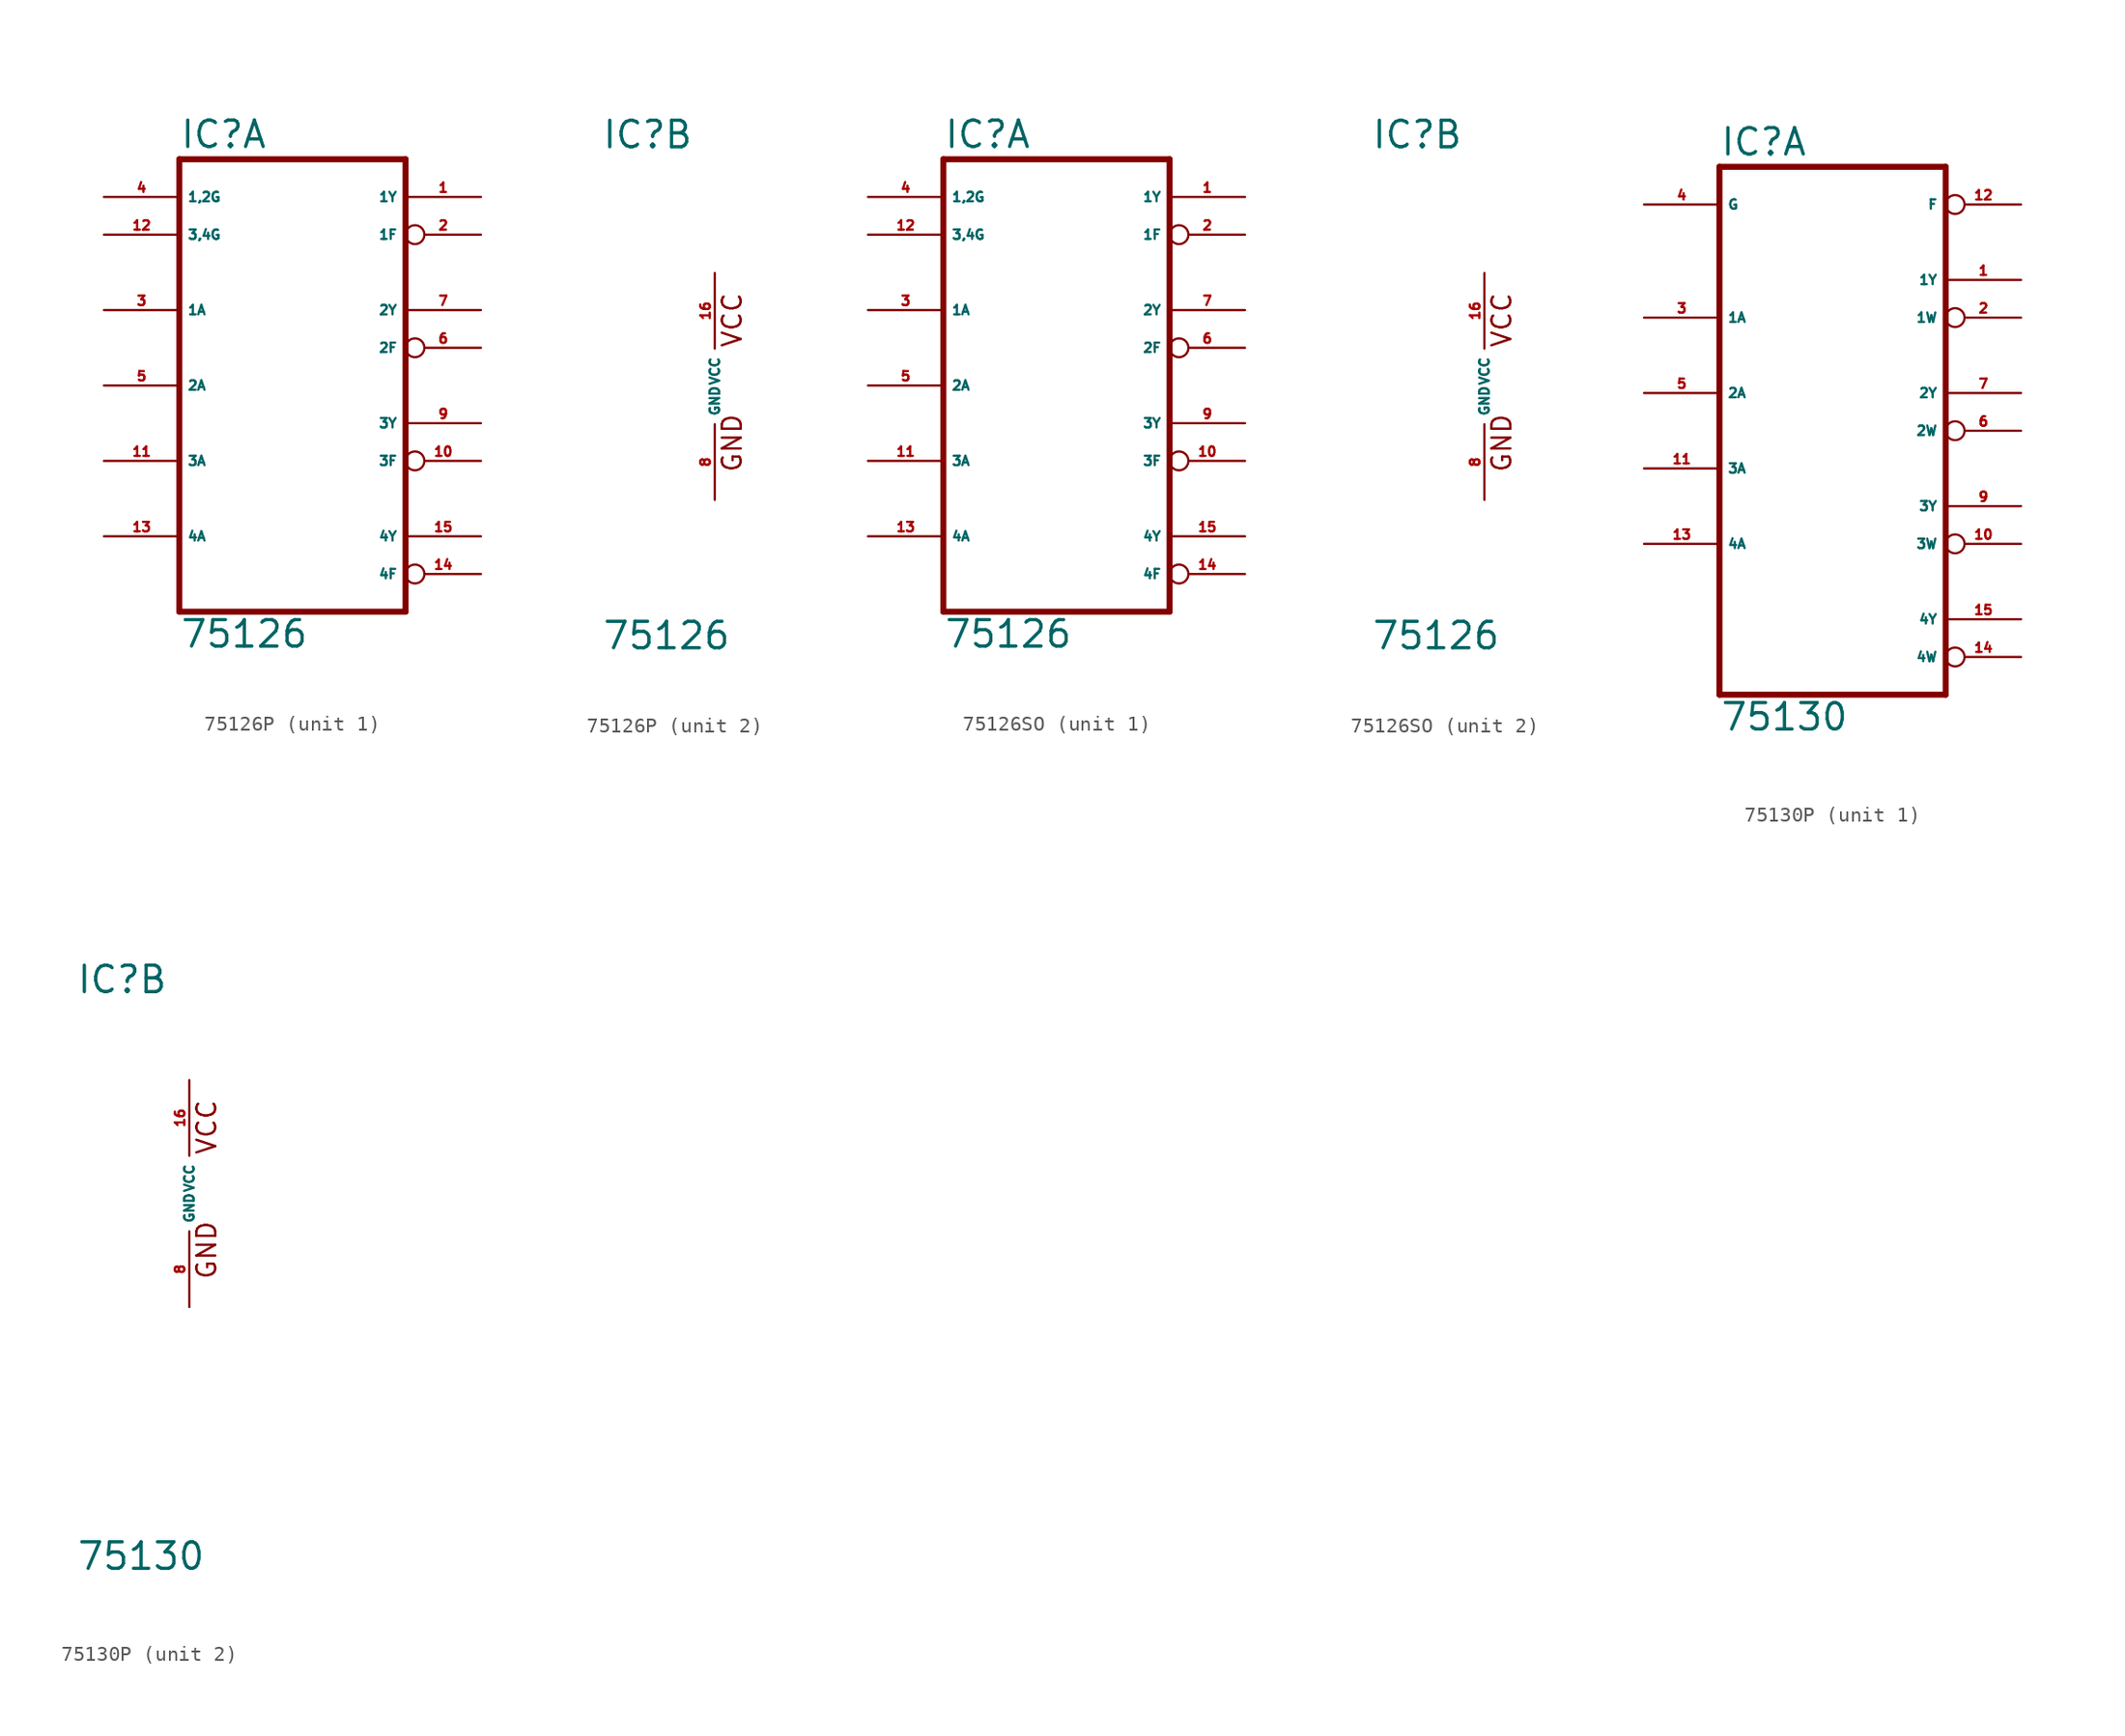
<source format=kicad_sym>
(kicad_symbol_lib
  (version 20220914)
  (generator Eagle2Kicad)
  (symbol "75126P"
    (property "Reference" "IC"
      (at -7.62 15.875 0)
      (effects (font (size 1.778 1.778) (thickness 0.22)) (justify left bottom)))
    (property "Value" "75126"
      (at -7.62 -17.78 0)
      (effects (font (size 1.778 1.778) (thickness 0.22)) (justify left bottom)))
    (symbol "75126P_1_0"
      (polyline (pts (xy -7.62 -15.24) (xy 7.62 -15.24)) (stroke (width 0.406) (type default)) (fill (type none)))
      (polyline (pts (xy 7.62 15.24) (xy 7.62 -15.24)) (stroke (width 0.406) (type default)) (fill (type none)))
      (polyline (pts (xy 7.62 15.24) (xy -7.62 15.24)) (stroke (width 0.406) (type default)) (fill (type none)))
      (polyline (pts (xy -7.62 -15.24) (xy -7.62 15.24)) (stroke (width 0.406) (type default)) (fill (type none)))
      (pin input line (at -12.7 12.7 0) (length 5.08) (name "1,2G" (effects (font (size 0.635 0.635) (thickness 0.08)) (justify left bottom))) (number "4" (effects (font (size 0.635 0.635) (thickness 0.08)) (justify left bottom))))
      (pin input line (at -12.7 10.16 0) (length 5.08) (name "3,4G" (effects (font (size 0.635 0.635) (thickness 0.08)) (justify left bottom))) (number "12" (effects (font (size 0.635 0.635) (thickness 0.08)) (justify left bottom))))
      (pin input line (at -12.7 5.08 0) (length 5.08) (name "1A" (effects (font (size 0.635 0.635) (thickness 0.08)) (justify left bottom))) (number "3" (effects (font (size 0.635 0.635) (thickness 0.08)) (justify left bottom))))
      (pin input line (at -12.7 0 0) (length 5.08) (name "2A" (effects (font (size 0.635 0.635) (thickness 0.08)) (justify left bottom))) (number "5" (effects (font (size 0.635 0.635) (thickness 0.08)) (justify left bottom))))
      (pin input line (at -12.7 -5.08 0) (length 5.08) (name "3A" (effects (font (size 0.635 0.635) (thickness 0.08)) (justify left bottom))) (number "11" (effects (font (size 0.635 0.635) (thickness 0.08)) (justify left bottom))))
      (pin input line (at -12.7 -10.16 0) (length 5.08) (name "4A" (effects (font (size 0.635 0.635) (thickness 0.08)) (justify left bottom))) (number "13" (effects (font (size 0.635 0.635) (thickness 0.08)) (justify left bottom))))
      (pin output line (at 12.7 12.7 180) (length 5.08) (name "1Y" (effects (font (size 0.635 0.635) (thickness 0.08)) (justify left bottom))) (number "1" (effects (font (size 0.635 0.635) (thickness 0.08)) (justify left bottom))))
      (pin output inverted (at 12.7 10.16 180) (length 5.08) (name "1F" (effects (font (size 0.635 0.635) (thickness 0.08)) (justify left bottom))) (number "2" (effects (font (size 0.635 0.635) (thickness 0.08)) (justify left bottom))))
      (pin output line (at 12.7 5.08 180) (length 5.08) (name "2Y" (effects (font (size 0.635 0.635) (thickness 0.08)) (justify left bottom))) (number "7" (effects (font (size 0.635 0.635) (thickness 0.08)) (justify left bottom))))
      (pin output inverted (at 12.7 2.54 180) (length 5.08) (name "2F" (effects (font (size 0.635 0.635) (thickness 0.08)) (justify left bottom))) (number "6" (effects (font (size 0.635 0.635) (thickness 0.08)) (justify left bottom))))
      (pin output line (at 12.7 -2.54 180) (length 5.08) (name "3Y" (effects (font (size 0.635 0.635) (thickness 0.08)) (justify left bottom))) (number "9" (effects (font (size 0.635 0.635) (thickness 0.08)) (justify left bottom))))
      (pin output inverted (at 12.7 -5.08 180) (length 5.08) (name "3F" (effects (font (size 0.635 0.635) (thickness 0.08)) (justify left bottom))) (number "10" (effects (font (size 0.635 0.635) (thickness 0.08)) (justify left bottom))))
      (pin output line (at 12.7 -10.16 180) (length 5.08) (name "4Y" (effects (font (size 0.635 0.635) (thickness 0.08)) (justify left bottom))) (number "15" (effects (font (size 0.635 0.635) (thickness 0.08)) (justify left bottom))))
      (pin output inverted (at 12.7 -12.7 180) (length 5.08) (name "4F" (effects (font (size 0.635 0.635) (thickness 0.08)) (justify left bottom))) (number "14" (effects (font (size 0.635 0.635) (thickness 0.08)) (justify left bottom)))))
    (symbol "75126P_2_0"
      (text "GND" (at 1.905 -5.842 900) (effects (font (size 1.27 1.27) (thickness 0.16)) (justify left bottom)))
      (text "VCC" (at 1.905 2.54 900) (effects (font (size 1.27 1.27) (thickness 0.16)) (justify left bottom)))
      (pin unspecified line (at 0 -7.62 90) (length 5.08) (name "GND" (effects (font (size 0.635 0.635) (thickness 0.08)) (justify left bottom))) (number "8" (effects (font (size 0.635 0.635) (thickness 0.08)) (justify left bottom))))
      (pin unspecified line (at 0 7.62 270) (length 5.08) (name "VCC" (effects (font (size 0.635 0.635) (thickness 0.08)) (justify left bottom))) (number "16" (effects (font (size 0.635 0.635) (thickness 0.08)) (justify left bottom))))))
  (symbol "75126SO"
    (property "Reference" "IC"
      (at -7.62 15.875 0)
      (effects (font (size 1.778 1.778) (thickness 0.22)) (justify left bottom)))
    (property "Value" "75126"
      (at -7.62 -17.78 0)
      (effects (font (size 1.778 1.778) (thickness 0.22)) (justify left bottom)))
    (symbol "75126SO_1_0"
      (polyline (pts (xy -7.62 -15.24) (xy 7.62 -15.24)) (stroke (width 0.406) (type default)) (fill (type none)))
      (polyline (pts (xy 7.62 15.24) (xy 7.62 -15.24)) (stroke (width 0.406) (type default)) (fill (type none)))
      (polyline (pts (xy 7.62 15.24) (xy -7.62 15.24)) (stroke (width 0.406) (type default)) (fill (type none)))
      (polyline (pts (xy -7.62 -15.24) (xy -7.62 15.24)) (stroke (width 0.406) (type default)) (fill (type none)))
      (pin input line (at -12.7 12.7 0) (length 5.08) (name "1,2G" (effects (font (size 0.635 0.635) (thickness 0.08)) (justify left bottom))) (number "4" (effects (font (size 0.635 0.635) (thickness 0.08)) (justify left bottom))))
      (pin input line (at -12.7 10.16 0) (length 5.08) (name "3,4G" (effects (font (size 0.635 0.635) (thickness 0.08)) (justify left bottom))) (number "12" (effects (font (size 0.635 0.635) (thickness 0.08)) (justify left bottom))))
      (pin input line (at -12.7 5.08 0) (length 5.08) (name "1A" (effects (font (size 0.635 0.635) (thickness 0.08)) (justify left bottom))) (number "3" (effects (font (size 0.635 0.635) (thickness 0.08)) (justify left bottom))))
      (pin input line (at -12.7 0 0) (length 5.08) (name "2A" (effects (font (size 0.635 0.635) (thickness 0.08)) (justify left bottom))) (number "5" (effects (font (size 0.635 0.635) (thickness 0.08)) (justify left bottom))))
      (pin input line (at -12.7 -5.08 0) (length 5.08) (name "3A" (effects (font (size 0.635 0.635) (thickness 0.08)) (justify left bottom))) (number "11" (effects (font (size 0.635 0.635) (thickness 0.08)) (justify left bottom))))
      (pin input line (at -12.7 -10.16 0) (length 5.08) (name "4A" (effects (font (size 0.635 0.635) (thickness 0.08)) (justify left bottom))) (number "13" (effects (font (size 0.635 0.635) (thickness 0.08)) (justify left bottom))))
      (pin output line (at 12.7 12.7 180) (length 5.08) (name "1Y" (effects (font (size 0.635 0.635) (thickness 0.08)) (justify left bottom))) (number "1" (effects (font (size 0.635 0.635) (thickness 0.08)) (justify left bottom))))
      (pin output inverted (at 12.7 10.16 180) (length 5.08) (name "1F" (effects (font (size 0.635 0.635) (thickness 0.08)) (justify left bottom))) (number "2" (effects (font (size 0.635 0.635) (thickness 0.08)) (justify left bottom))))
      (pin output line (at 12.7 5.08 180) (length 5.08) (name "2Y" (effects (font (size 0.635 0.635) (thickness 0.08)) (justify left bottom))) (number "7" (effects (font (size 0.635 0.635) (thickness 0.08)) (justify left bottom))))
      (pin output inverted (at 12.7 2.54 180) (length 5.08) (name "2F" (effects (font (size 0.635 0.635) (thickness 0.08)) (justify left bottom))) (number "6" (effects (font (size 0.635 0.635) (thickness 0.08)) (justify left bottom))))
      (pin output line (at 12.7 -2.54 180) (length 5.08) (name "3Y" (effects (font (size 0.635 0.635) (thickness 0.08)) (justify left bottom))) (number "9" (effects (font (size 0.635 0.635) (thickness 0.08)) (justify left bottom))))
      (pin output inverted (at 12.7 -5.08 180) (length 5.08) (name "3F" (effects (font (size 0.635 0.635) (thickness 0.08)) (justify left bottom))) (number "10" (effects (font (size 0.635 0.635) (thickness 0.08)) (justify left bottom))))
      (pin output line (at 12.7 -10.16 180) (length 5.08) (name "4Y" (effects (font (size 0.635 0.635) (thickness 0.08)) (justify left bottom))) (number "15" (effects (font (size 0.635 0.635) (thickness 0.08)) (justify left bottom))))
      (pin output inverted (at 12.7 -12.7 180) (length 5.08) (name "4F" (effects (font (size 0.635 0.635) (thickness 0.08)) (justify left bottom))) (number "14" (effects (font (size 0.635 0.635) (thickness 0.08)) (justify left bottom)))))
    (symbol "75126SO_2_0"
      (text "GND" (at 1.905 -5.842 900) (effects (font (size 1.27 1.27) (thickness 0.16)) (justify left bottom)))
      (text "VCC" (at 1.905 2.54 900) (effects (font (size 1.27 1.27) (thickness 0.16)) (justify left bottom)))
      (pin unspecified line (at 0 -7.62 90) (length 5.08) (name "GND" (effects (font (size 0.635 0.635) (thickness 0.08)) (justify left bottom))) (number "8" (effects (font (size 0.635 0.635) (thickness 0.08)) (justify left bottom))))
      (pin unspecified line (at 0 7.62 270) (length 5.08) (name "VCC" (effects (font (size 0.635 0.635) (thickness 0.08)) (justify left bottom))) (number "16" (effects (font (size 0.635 0.635) (thickness 0.08)) (justify left bottom))))))
  (symbol "75130P"
    (property "Reference" "IC"
      (at -7.62 13.335 0)
      (effects (font (size 1.778 1.778) (thickness 0.22)) (justify left bottom)))
    (property "Value" "75130"
      (at -7.62 -25.4 0)
      (effects (font (size 1.778 1.778) (thickness 0.22)) (justify left bottom)))
    (symbol "75130P_1_0"
      (polyline (pts (xy -7.62 -22.86) (xy 7.62 -22.86)) (stroke (width 0.406) (type default)) (fill (type none)))
      (polyline (pts (xy 7.62 12.7) (xy 7.62 -22.86)) (stroke (width 0.406) (type default)) (fill (type none)))
      (polyline (pts (xy 7.62 12.7) (xy -7.62 12.7)) (stroke (width 0.406) (type default)) (fill (type none)))
      (polyline (pts (xy -7.62 -22.86) (xy -7.62 12.7)) (stroke (width 0.406) (type default)) (fill (type none)))
      (pin input line (at -12.7 10.16 0) (length 5.08) (name "G" (effects (font (size 0.635 0.635) (thickness 0.08)) (justify left bottom))) (number "4" (effects (font (size 0.635 0.635) (thickness 0.08)) (justify left bottom))))
      (pin input line (at -12.7 2.54 0) (length 5.08) (name "1A" (effects (font (size 0.635 0.635) (thickness 0.08)) (justify left bottom))) (number "3" (effects (font (size 0.635 0.635) (thickness 0.08)) (justify left bottom))))
      (pin input line (at -12.7 -2.54 0) (length 5.08) (name "2A" (effects (font (size 0.635 0.635) (thickness 0.08)) (justify left bottom))) (number "5" (effects (font (size 0.635 0.635) (thickness 0.08)) (justify left bottom))))
      (pin input line (at -12.7 -7.62 0) (length 5.08) (name "3A" (effects (font (size 0.635 0.635) (thickness 0.08)) (justify left bottom))) (number "11" (effects (font (size 0.635 0.635) (thickness 0.08)) (justify left bottom))))
      (pin input line (at -12.7 -12.7 0) (length 5.08) (name "4A" (effects (font (size 0.635 0.635) (thickness 0.08)) (justify left bottom))) (number "13" (effects (font (size 0.635 0.635) (thickness 0.08)) (justify left bottom))))
      (pin output line (at 12.7 5.08 180) (length 5.08) (name "1Y" (effects (font (size 0.635 0.635) (thickness 0.08)) (justify left bottom))) (number "1" (effects (font (size 0.635 0.635) (thickness 0.08)) (justify left bottom))))
      (pin output inverted (at 12.7 10.16 180) (length 5.08) (name "F" (effects (font (size 0.635 0.635) (thickness 0.08)) (justify left bottom))) (number "12" (effects (font (size 0.635 0.635) (thickness 0.08)) (justify left bottom))))
      (pin output inverted (at 12.7 2.54 180) (length 5.08) (name "1W" (effects (font (size 0.635 0.635) (thickness 0.08)) (justify left bottom))) (number "2" (effects (font (size 0.635 0.635) (thickness 0.08)) (justify left bottom))))
      (pin output line (at 12.7 -2.54 180) (length 5.08) (name "2Y" (effects (font (size 0.635 0.635) (thickness 0.08)) (justify left bottom))) (number "7" (effects (font (size 0.635 0.635) (thickness 0.08)) (justify left bottom))))
      (pin output inverted (at 12.7 -5.08 180) (length 5.08) (name "2W" (effects (font (size 0.635 0.635) (thickness 0.08)) (justify left bottom))) (number "6" (effects (font (size 0.635 0.635) (thickness 0.08)) (justify left bottom))))
      (pin output line (at 12.7 -10.16 180) (length 5.08) (name "3Y" (effects (font (size 0.635 0.635) (thickness 0.08)) (justify left bottom))) (number "9" (effects (font (size 0.635 0.635) (thickness 0.08)) (justify left bottom))))
      (pin output inverted (at 12.7 -12.7 180) (length 5.08) (name "3W" (effects (font (size 0.635 0.635) (thickness 0.08)) (justify left bottom))) (number "10" (effects (font (size 0.635 0.635) (thickness 0.08)) (justify left bottom))))
      (pin output line (at 12.7 -17.78 180) (length 5.08) (name "4Y" (effects (font (size 0.635 0.635) (thickness 0.08)) (justify left bottom))) (number "15" (effects (font (size 0.635 0.635) (thickness 0.08)) (justify left bottom))))
      (pin output inverted (at 12.7 -20.32 180) (length 5.08) (name "4W" (effects (font (size 0.635 0.635) (thickness 0.08)) (justify left bottom))) (number "14" (effects (font (size 0.635 0.635) (thickness 0.08)) (justify left bottom)))))
    (symbol "75130P_2_0"
      (text "GND" (at 1.905 -5.842 900) (effects (font (size 1.27 1.27) (thickness 0.16)) (justify left bottom)))
      (text "VCC" (at 1.905 2.54 900) (effects (font (size 1.27 1.27) (thickness 0.16)) (justify left bottom)))
      (pin unspecified line (at 0 -7.62 90) (length 5.08) (name "GND" (effects (font (size 0.635 0.635) (thickness 0.08)) (justify left bottom))) (number "8" (effects (font (size 0.635 0.635) (thickness 0.08)) (justify left bottom))))
      (pin unspecified line (at 0 7.62 270) (length 5.08) (name "VCC" (effects (font (size 0.635 0.635) (thickness 0.08)) (justify left bottom))) (number "16" (effects (font (size 0.635 0.635) (thickness 0.08)) (justify left bottom)))))))
</source>
